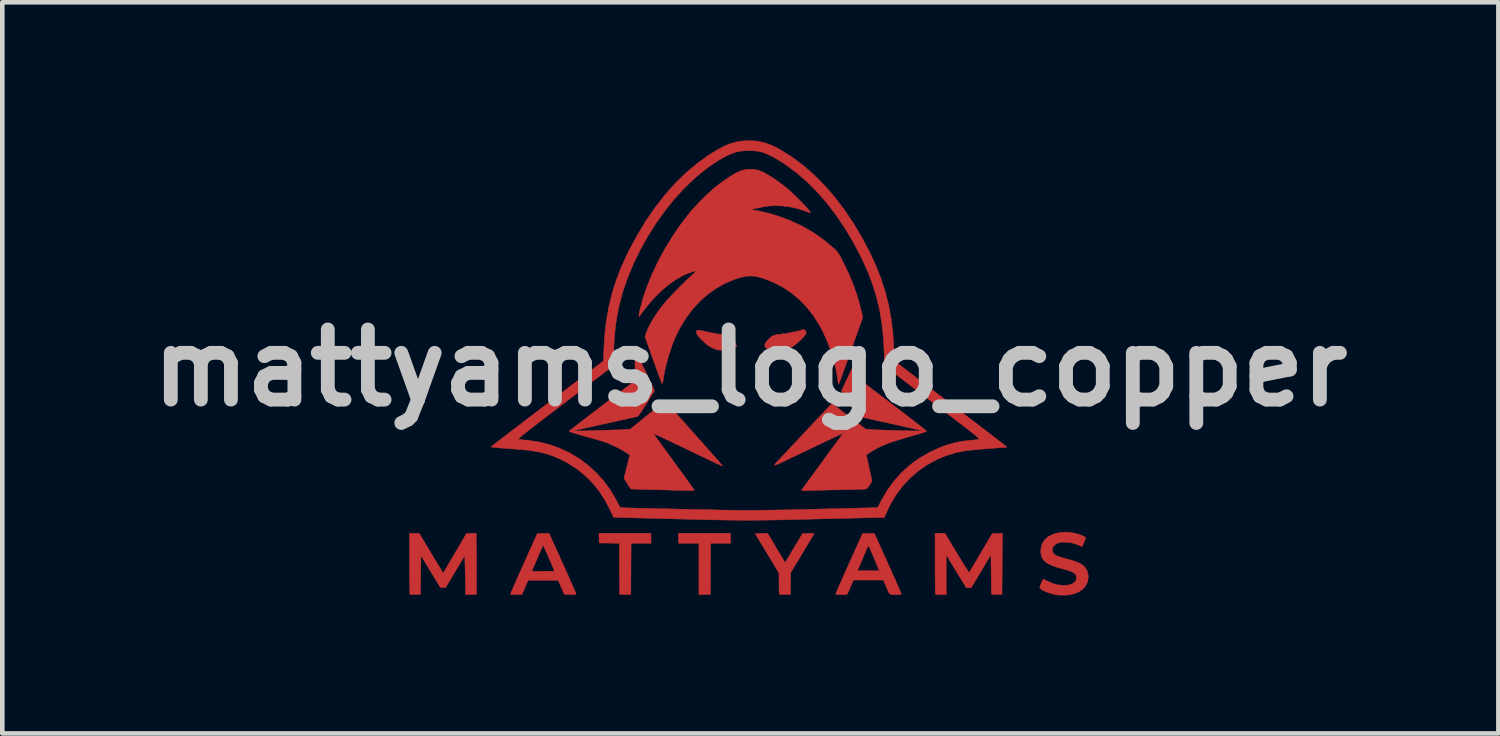
<source format=kicad_pcb>
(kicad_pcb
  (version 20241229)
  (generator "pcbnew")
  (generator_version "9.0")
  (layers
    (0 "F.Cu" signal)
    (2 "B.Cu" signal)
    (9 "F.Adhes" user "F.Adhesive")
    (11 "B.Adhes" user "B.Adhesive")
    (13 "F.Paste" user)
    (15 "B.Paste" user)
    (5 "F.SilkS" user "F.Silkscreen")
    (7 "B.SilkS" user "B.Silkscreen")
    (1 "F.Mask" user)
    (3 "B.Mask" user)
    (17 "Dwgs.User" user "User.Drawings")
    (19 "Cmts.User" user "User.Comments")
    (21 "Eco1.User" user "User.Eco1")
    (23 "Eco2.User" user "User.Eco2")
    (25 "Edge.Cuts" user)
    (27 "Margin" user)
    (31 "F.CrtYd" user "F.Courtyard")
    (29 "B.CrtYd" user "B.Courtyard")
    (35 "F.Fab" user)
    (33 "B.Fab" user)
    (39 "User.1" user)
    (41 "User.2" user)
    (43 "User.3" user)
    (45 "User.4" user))
  (footprint "mattyams_logo_copper"
    (layer "F.Cu")
    (at 13.252 4.942)
    (property "Reference" "mattyams_logo_copper" (at 0 0 0) (layer "Dwgs.User") (effects (font (size 1.524 1.524) (thickness 0.3))))
    (attr through_hole)
    (fp_poly (pts (xy -0.432 3.81) (xy -0.863 3.81) (xy -0.87 4.921) (xy -0.994 4.925) (xy -1.118 4.929) (xy -1.118 3.81) (xy -1.562 3.81) (xy -1.562 3.594) (xy -0.432 3.594) (xy -0.432 3.81)) (stroke (width 0.01) (type solid)) (fill yes) (layer "F.Cu"))
    (fp_poly (pts (xy -2.159 3.81) (xy -2.591 3.81) (xy -2.597 4.921) (xy -2.712 4.925) (xy -2.764 4.926) (xy -2.806 4.924) (xy -2.831 4.921) (xy -2.836 4.92) (xy -2.838 4.905) (xy -2.84 4.868) (xy -2.841 4.811) (xy -2.842 4.737) (xy -2.843 4.647) (xy -2.844 4.546) (xy -2.845 4.435) (xy -2.845 4.361) (xy -2.845 3.811) (xy -3.064 3.807) (xy -3.283 3.804) (xy -3.29 3.594) (xy -2.159 3.594) (xy -2.159 3.81)) (stroke (width 0.01) (type solid)) (fill yes) (layer "F.Cu"))
    (fp_poly (pts (xy 5.471 4.257) (xy 5.467 4.921) (xy 5.239 4.921) (xy 5.232 4.49) (xy 5.226 4.058) (xy 5.012 4.417) (xy 4.798 4.775) (xy 4.69 4.775) (xy 4.472 4.417) (xy 4.255 4.059) (xy 4.255 4.928) (xy 4.142 4.928) (xy 4.091 4.927) (xy 4.05 4.924) (xy 4.026 4.921) (xy 4.022 4.919) (xy 4.02 4.905) (xy 4.019 4.868) (xy 4.017 4.811) (xy 4.016 4.735) (xy 4.015 4.643) (xy 4.014 4.538) (xy 4.013 4.422) (xy 4.013 4.298) (xy 4.013 4.252) (xy 4.013 3.594) (xy 4.228 3.594) (xy 4.487 4.027) (xy 4.561 4.148) (xy 4.622 4.248) (xy 4.671 4.326) (xy 4.709 4.384) (xy 4.736 4.422) (xy 4.752 4.441) (xy 4.758 4.443) (xy 4.767 4.428) (xy 4.787 4.395) (xy 4.817 4.344) (xy 4.855 4.279) (xy 4.9 4.202) (xy 4.951 4.116) (xy 5.006 4.023) (xy 5.012 4.013) (xy 5.255 3.6) (xy 5.364 3.597) (xy 5.474 3.593) (xy 5.471 4.257)) (stroke (width 0.01) (type solid)) (fill yes) (layer "F.Cu"))
    (fp_poly (pts (xy -1.118 -0.817) (xy -1.074 -0.811) (xy -1.021 -0.801) (xy -0.984 -0.792) (xy -0.895 -0.772) (xy -0.805 -0.754) (xy -0.721 -0.74) (xy -0.647 -0.729) (xy -0.59 -0.724) (xy -0.578 -0.724) (xy -0.532 -0.718) (xy -0.485 -0.703) (xy -0.476 -0.7) (xy -0.435 -0.675) (xy -0.394 -0.642) (xy -0.359 -0.607) (xy -0.336 -0.576) (xy -0.33 -0.557) (xy -0.323 -0.528) (xy -0.31 -0.501) (xy -0.297 -0.479) (xy -0.301 -0.467) (xy -0.326 -0.457) (xy -0.329 -0.456) (xy -0.356 -0.442) (xy -0.368 -0.427) (xy -0.368 -0.426) (xy -0.373 -0.412) (xy -0.39 -0.402) (xy -0.421 -0.394) (xy -0.472 -0.389) (xy -0.544 -0.386) (xy -0.552 -0.385) (xy -0.622 -0.384) (xy -0.674 -0.386) (xy -0.715 -0.391) (xy -0.751 -0.402) (xy -0.757 -0.404) (xy -0.858 -0.449) (xy -0.954 -0.514) (xy -1.05 -0.601) (xy -1.067 -0.618) (xy -1.114 -0.67) (xy -1.145 -0.708) (xy -1.163 -0.738) (xy -1.17 -0.764) (xy -1.171 -0.767) (xy -1.172 -0.797) (xy -1.163 -0.811) (xy -1.144 -0.817) (xy -1.118 -0.817)) (stroke (width 0.01) (type solid)) (fill yes) (layer "F.Cu"))
    (fp_poly (pts (xy 0.375 3.595) (xy 0.564 3.913) (xy 0.754 4.231) (xy 0.793 4.167) (xy 0.811 4.138) (xy 0.839 4.091) (xy 0.876 4.03) (xy 0.918 3.96) (xy 0.963 3.884) (xy 0.984 3.849) (xy 1.137 3.595) (xy 1.26 3.595) (xy 1.313 3.595) (xy 1.355 3.597) (xy 1.38 3.599) (xy 1.384 3.601) (xy 1.378 3.613) (xy 1.36 3.644) (xy 1.331 3.692) (xy 1.294 3.755) (xy 1.249 3.83) (xy 1.198 3.915) (xy 1.143 4.007) (xy 1.131 4.027) (xy 0.877 4.446) (xy 0.873 4.684) (xy 0.87 4.921) (xy 0.755 4.925) (xy 0.703 4.926) (xy 0.661 4.924) (xy 0.636 4.921) (xy 0.631 4.92) (xy 0.628 4.905) (xy 0.626 4.868) (xy 0.624 4.815) (xy 0.623 4.75) (xy 0.622 4.684) (xy 0.622 4.458) (xy 0.367 4.036) (xy 0.31 3.942) (xy 0.258 3.855) (xy 0.21 3.777) (xy 0.17 3.71) (xy 0.139 3.658) (xy 0.117 3.622) (xy 0.107 3.605) (xy 0.106 3.604) (xy 0.115 3.6) (xy 0.145 3.597) (xy 0.191 3.595) (xy 0.237 3.594) (xy 0.375 3.595)) (stroke (width 0.01) (type solid)) (fill yes) (layer "F.Cu"))
    (fp_poly (pts (xy -6.936 4.026) (xy -6.879 4.121) (xy -6.826 4.208) (xy -6.779 4.286) (xy -6.739 4.352) (xy -6.707 4.404) (xy -6.685 4.44) (xy -6.675 4.457) (xy -6.674 4.458) (xy -6.667 4.447) (xy -6.649 4.417) (xy -6.62 4.37) (xy -6.583 4.307) (xy -6.539 4.232) (xy -6.489 4.147) (xy -6.435 4.054) (xy -6.418 4.026) (xy -6.166 3.595) (xy -6.062 3.594) (xy -5.957 3.594) (xy -5.954 3.807) (xy -5.953 3.872) (xy -5.952 3.958) (xy -5.951 4.06) (xy -5.95 4.171) (xy -5.95 4.289) (xy -5.95 4.407) (xy -5.95 4.47) (xy -5.95 4.921) (xy -6.067 4.925) (xy -6.185 4.929) (xy -6.187 4.836) (xy -6.187 4.798) (xy -6.189 4.739) (xy -6.19 4.663) (xy -6.192 4.577) (xy -6.194 4.483) (xy -6.196 4.409) (xy -6.204 4.075) (xy -6.413 4.426) (xy -6.623 4.776) (xy -6.679 4.773) (xy -6.736 4.769) (xy -6.946 4.423) (xy -7.156 4.076) (xy -7.163 4.499) (xy -7.169 4.921) (xy -7.278 4.925) (xy -7.328 4.926) (xy -7.368 4.924) (xy -7.392 4.921) (xy -7.395 4.92) (xy -7.397 4.906) (xy -7.399 4.868) (xy -7.4 4.811) (xy -7.401 4.735) (xy -7.402 4.643) (xy -7.403 4.538) (xy -7.404 4.422) (xy -7.404 4.298) (xy -7.404 4.252) (xy -7.404 3.594) (xy -7.194 3.594) (xy -6.936 4.026)) (stroke (width 0.01) (type solid)) (fill yes) (layer "F.Cu"))
    (fp_poly (pts (xy -4.079 4.246) (xy -4.025 4.367) (xy -3.973 4.481) (xy -3.926 4.587) (xy -3.885 4.681) (xy -3.849 4.762) (xy -3.82 4.828) (xy -3.799 4.877) (xy -3.787 4.906) (xy -3.785 4.914) (xy -3.794 4.921) (xy -3.823 4.925) (xy -3.874 4.926) (xy -3.913 4.925) (xy -4.041 4.921) (xy -4.174 4.616) (xy -4.83 4.616) (xy -4.895 4.769) (xy -4.96 4.921) (xy -5.083 4.925) (xy -5.136 4.925) (xy -5.179 4.924) (xy -5.205 4.921) (xy -5.211 4.919) (xy -5.207 4.905) (xy -5.194 4.871) (xy -5.171 4.818) (xy -5.141 4.748) (xy -5.105 4.664) (xy -5.062 4.567) (xy -5.014 4.459) (xy -4.997 4.42) (xy -4.749 4.42) (xy -4.502 4.42) (xy -4.426 4.419) (xy -4.359 4.419) (xy -4.306 4.418) (xy -4.27 4.417) (xy -4.255 4.415) (xy -4.255 4.415) (xy -4.259 4.402) (xy -4.273 4.371) (xy -4.293 4.323) (xy -4.318 4.264) (xy -4.347 4.198) (xy -4.378 4.128) (xy -4.408 4.058) (xy -4.437 3.993) (xy -4.462 3.936) (xy -4.482 3.891) (xy -4.495 3.862) (xy -4.5 3.852) (xy -4.506 3.862) (xy -4.52 3.891) (xy -4.541 3.936) (xy -4.566 3.992) (xy -4.582 4.029) (xy -4.613 4.102) (xy -4.645 4.178) (xy -4.675 4.247) (xy -4.699 4.303) (xy -4.704 4.315) (xy -4.749 4.42) (xy -4.997 4.42) (xy -4.962 4.343) (xy -4.923 4.255) (xy -4.628 3.6) (xy -4.501 3.597) (xy -4.374 3.593) (xy -4.079 4.246)) (stroke (width 0.01) (type solid)) (fill yes) (layer "F.Cu"))
    (fp_poly (pts (xy 2.991 4.255) (xy 3.045 4.375) (xy 3.096 4.489) (xy 3.143 4.594) (xy 3.184 4.688) (xy 3.219 4.769) (xy 3.247 4.834) (xy 3.267 4.882) (xy 3.279 4.911) (xy 3.281 4.918) (xy 3.266 4.922) (xy 3.233 4.925) (xy 3.185 4.927) (xy 3.155 4.928) (xy 3.107 4.928) (xy 3.071 4.926) (xy 3.045 4.919) (xy 3.025 4.904) (xy 3.006 4.877) (xy 2.986 4.835) (xy 2.961 4.775) (xy 2.946 4.74) (xy 2.892 4.61) (xy 2.238 4.61) (xy 2.178 4.753) (xy 2.153 4.81) (xy 2.132 4.859) (xy 2.115 4.894) (xy 2.105 4.912) (xy 2.105 4.912) (xy 2.085 4.921) (xy 2.04 4.926) (xy 1.973 4.928) (xy 1.913 4.927) (xy 1.875 4.923) (xy 1.857 4.917) (xy 1.854 4.912) (xy 1.859 4.897) (xy 1.874 4.862) (xy 1.897 4.808) (xy 1.928 4.737) (xy 1.966 4.652) (xy 2.009 4.554) (xy 2.057 4.446) (xy 2.075 4.407) (xy 2.325 4.407) (xy 2.804 4.407) (xy 2.688 4.134) (xy 2.655 4.057) (xy 2.625 3.988) (xy 2.599 3.931) (xy 2.58 3.889) (xy 2.568 3.865) (xy 2.565 3.861) (xy 2.558 3.872) (xy 2.543 3.902) (xy 2.522 3.948) (xy 2.497 4.004) (xy 2.487 4.029) (xy 2.456 4.101) (xy 2.424 4.175) (xy 2.395 4.244) (xy 2.372 4.298) (xy 2.37 4.302) (xy 2.325 4.407) (xy 2.075 4.407) (xy 2.109 4.33) (xy 2.146 4.248) (xy 2.437 3.6) (xy 2.695 3.6) (xy 2.991 4.255)) (stroke (width 0.01) (type solid)) (fill yes) (layer "F.Cu"))
    (fp_poly (pts (xy 1.158 -0.836) (xy 1.181 -0.823) (xy 1.201 -0.802) (xy 1.204 -0.796) (xy 1.214 -0.767) (xy 1.209 -0.743) (xy 1.199 -0.726) (xy 1.166 -0.684) (xy 1.119 -0.633) (xy 1.064 -0.58) (xy 1.005 -0.529) (xy 0.95 -0.485) (xy 0.904 -0.455) (xy 0.895 -0.45) (xy 0.856 -0.43) (xy 0.827 -0.413) (xy 0.815 -0.404) (xy 0.802 -0.4) (xy 0.793 -0.402) (xy 0.777 -0.402) (xy 0.775 -0.396) (xy 0.765 -0.389) (xy 0.749 -0.39) (xy 0.729 -0.391) (xy 0.724 -0.386) (xy 0.712 -0.381) (xy 0.68 -0.377) (xy 0.634 -0.375) (xy 0.603 -0.375) (xy 0.551 -0.376) (xy 0.511 -0.379) (xy 0.487 -0.383) (xy 0.483 -0.386) (xy 0.472 -0.391) (xy 0.45 -0.388) (xy 0.428 -0.386) (xy 0.424 -0.392) (xy 0.418 -0.402) (xy 0.394 -0.41) (xy 0.389 -0.412) (xy 0.348 -0.425) (xy 0.325 -0.45) (xy 0.314 -0.482) (xy 0.317 -0.513) (xy 0.338 -0.553) (xy 0.371 -0.597) (xy 0.412 -0.639) (xy 0.456 -0.676) (xy 0.498 -0.701) (xy 0.535 -0.711) (xy 0.536 -0.711) (xy 0.555 -0.717) (xy 0.559 -0.723) (xy 0.57 -0.728) (xy 0.6 -0.73) (xy 0.632 -0.728) (xy 0.672 -0.726) (xy 0.69 -0.728) (xy 0.687 -0.735) (xy 0.686 -0.735) (xy 0.681 -0.743) (xy 0.696 -0.744) (xy 0.729 -0.741) (xy 0.767 -0.738) (xy 0.783 -0.741) (xy 0.783 -0.747) (xy 0.786 -0.755) (xy 0.811 -0.755) (xy 0.822 -0.754) (xy 0.851 -0.751) (xy 0.858 -0.755) (xy 0.851 -0.761) (xy 0.844 -0.769) (xy 0.857 -0.769) (xy 0.875 -0.766) (xy 0.904 -0.763) (xy 0.911 -0.769) (xy 0.909 -0.773) (xy 0.911 -0.781) (xy 0.933 -0.78) (xy 0.941 -0.779) (xy 0.968 -0.776) (xy 0.974 -0.782) (xy 0.972 -0.786) (xy 0.972 -0.796) (xy 0.992 -0.794) (xy 0.996 -0.793) (xy 1.021 -0.791) (xy 1.029 -0.798) (xy 1.039 -0.805) (xy 1.054 -0.804) (xy 1.074 -0.804) (xy 1.079 -0.81) (xy 1.09 -0.818) (xy 1.105 -0.816) (xy 1.126 -0.817) (xy 1.13 -0.825) (xy 1.138 -0.837) (xy 1.158 -0.836)) (stroke (width 0.01) (type solid)) (fill yes) (layer "F.Cu"))
    (fp_poly (pts (xy 6.923 3.573) (xy 7.007 3.586) (xy 7.091 3.604) (xy 7.167 3.628) (xy 7.23 3.654) (xy 7.253 3.667) (xy 7.287 3.689) (xy 7.249 3.785) (xy 7.231 3.829) (xy 7.217 3.863) (xy 7.209 3.882) (xy 7.208 3.883) (xy 7.196 3.88) (xy 7.168 3.868) (xy 7.139 3.854) (xy 7.051 3.82) (xy 6.955 3.797) (xy 6.857 3.786) (xy 6.766 3.787) (xy 6.702 3.798) (xy 6.651 3.82) (xy 6.606 3.855) (xy 6.573 3.895) (xy 6.561 3.925) (xy 6.562 3.98) (xy 6.586 4.03) (xy 6.629 4.07) (xy 6.641 4.076) (xy 6.673 4.09) (xy 6.723 4.107) (xy 6.785 4.126) (xy 6.851 4.145) (xy 6.855 4.146) (xy 6.959 4.174) (xy 7.041 4.2) (xy 7.106 4.224) (xy 7.158 4.247) (xy 7.199 4.271) (xy 7.211 4.279) (xy 7.275 4.34) (xy 7.317 4.411) (xy 7.338 4.496) (xy 7.341 4.541) (xy 7.329 4.634) (xy 7.296 4.716) (xy 7.243 4.787) (xy 7.171 4.845) (xy 7.083 4.891) (xy 6.979 4.922) (xy 6.863 4.937) (xy 6.735 4.937) (xy 6.646 4.928) (xy 6.577 4.914) (xy 6.507 4.894) (xy 6.44 4.871) (xy 6.38 4.845) (xy 6.331 4.818) (xy 6.299 4.793) (xy 6.287 4.771) (xy 6.287 4.771) (xy 6.291 4.751) (xy 6.305 4.716) (xy 6.323 4.673) (xy 6.324 4.67) (xy 6.362 4.588) (xy 6.469 4.641) (xy 6.571 4.686) (xy 6.668 4.712) (xy 6.771 4.724) (xy 6.812 4.724) (xy 6.897 4.72) (xy 6.962 4.706) (xy 7.013 4.681) (xy 7.045 4.655) (xy 7.073 4.62) (xy 7.085 4.587) (xy 7.087 4.562) (xy 7.082 4.522) (xy 7.066 4.487) (xy 7.035 4.458) (xy 6.989 4.431) (xy 6.923 4.406) (xy 6.835 4.38) (xy 6.792 4.369) (xy 6.663 4.333) (xy 6.557 4.296) (xy 6.472 4.257) (xy 6.408 4.213) (xy 6.361 4.164) (xy 6.33 4.108) (xy 6.313 4.042) (xy 6.309 3.978) (xy 6.32 3.882) (xy 6.353 3.796) (xy 6.406 3.723) (xy 6.479 3.663) (xy 6.57 3.616) (xy 6.677 3.585) (xy 6.799 3.57) (xy 6.846 3.569) (xy 6.923 3.573)) (stroke (width 0.01) (type solid)) (fill yes) (layer "F.Cu"))
    (fp_poly (pts (xy 2.404 -0.369) (xy 2.405 -0.335) (xy 2.405 -0.282) (xy 2.405 -0.214) (xy 2.404 -0.133) (xy 2.403 -0.054) (xy 2.397 0.273) (xy 3.115 0.819) (xy 3.234 0.909) (xy 3.346 0.995) (xy 3.451 1.076) (xy 3.546 1.15) (xy 3.63 1.215) (xy 3.702 1.271) (xy 3.759 1.317) (xy 3.801 1.351) (xy 3.825 1.372) (xy 3.83 1.378) (xy 3.818 1.385) (xy 3.784 1.397) (xy 3.733 1.414) (xy 3.668 1.434) (xy 3.593 1.455) (xy 3.561 1.464) (xy 3.396 1.511) (xy 3.253 1.554) (xy 3.128 1.593) (xy 3.02 1.63) (xy 2.924 1.667) (xy 2.838 1.704) (xy 2.76 1.742) (xy 2.686 1.784) (xy 2.613 1.828) (xy 2.604 1.834) (xy 2.518 1.89) (xy 2.644 2.458) (xy 2.591 2.543) (xy 2.563 2.586) (xy 2.542 2.612) (xy 2.523 2.626) (xy 2.499 2.632) (xy 2.485 2.634) (xy 2.459 2.636) (xy 2.412 2.638) (xy 2.346 2.64) (xy 2.266 2.642) (xy 2.174 2.645) (xy 2.075 2.647) (xy 2.026 2.648) (xy 1.91 2.65) (xy 1.789 2.652) (xy 1.667 2.655) (xy 1.552 2.658) (xy 1.449 2.66) (xy 1.365 2.663) (xy 1.359 2.663) (xy 1.271 2.665) (xy 1.205 2.667) (xy 1.159 2.667) (xy 1.13 2.665) (xy 1.115 2.662) (xy 1.111 2.657) (xy 1.113 2.653) (xy 1.123 2.639) (xy 1.147 2.607) (xy 1.182 2.559) (xy 1.228 2.497) (xy 1.281 2.424) (xy 1.342 2.341) (xy 1.407 2.252) (xy 1.477 2.157) (xy 1.548 2.06) (xy 1.619 1.963) (xy 1.689 1.867) (xy 1.756 1.775) (xy 1.819 1.689) (xy 1.876 1.612) (xy 1.925 1.545) (xy 1.964 1.49) (xy 1.993 1.451) (xy 2.009 1.429) (xy 2.012 1.424) (xy 2.002 1.427) (xy 1.972 1.44) (xy 1.923 1.462) (xy 1.858 1.492) (xy 1.778 1.529) (xy 1.686 1.573) (xy 1.584 1.621) (xy 1.474 1.674) (xy 1.451 1.685) (xy 1.332 1.742) (xy 1.214 1.799) (xy 1.1 1.853) (xy 0.993 1.904) (xy 0.897 1.95) (xy 0.815 1.99) (xy 0.75 2.021) (xy 0.708 2.041) (xy 0.647 2.07) (xy 0.594 2.093) (xy 0.553 2.109) (xy 0.529 2.116) (xy 0.525 2.116) (xy 0.528 2.103) (xy 0.545 2.079) (xy 0.567 2.054) (xy 0.585 2.035) (xy 0.619 2) (xy 0.666 1.949) (xy 0.726 1.885) (xy 0.797 1.81) (xy 0.876 1.726) (xy 0.963 1.634) (xy 1.055 1.535) (xy 1.149 1.435) (xy 1.245 1.333) (xy 1.337 1.235) (xy 1.423 1.143) (xy 1.502 1.06) (xy 1.572 0.985) (xy 1.631 0.923) (xy 1.677 0.873) (xy 1.71 0.839) (xy 1.727 0.821) (xy 1.774 0.773) (xy 2.14 1.052) (xy 2.507 1.332) (xy 2.596 1.339) (xy 2.633 1.341) (xy 2.69 1.344) (xy 2.762 1.346) (xy 2.847 1.35) (xy 2.942 1.353) (xy 3.044 1.356) (xy 3.149 1.359) (xy 3.254 1.362) (xy 3.356 1.364) (xy 3.452 1.367) (xy 3.539 1.369) (xy 3.614 1.37) (xy 3.673 1.371) (xy 3.714 1.371) (xy 3.732 1.37) (xy 3.733 1.37) (xy 3.724 1.366) (xy 3.692 1.358) (xy 3.639 1.345) (xy 3.569 1.328) (xy 3.482 1.308) (xy 3.381 1.285) (xy 3.267 1.259) (xy 3.144 1.231) (xy 3.038 1.208) (xy 2.328 1.051) (xy 2.155 0.773) (xy 1.982 0.494) (xy 2.188 0.057) (xy 2.234 -0.041) (xy 2.277 -0.131) (xy 2.316 -0.211) (xy 2.349 -0.279) (xy 2.375 -0.331) (xy 2.393 -0.366) (xy 2.401 -0.38) (xy 2.402 -0.381) (xy 2.404 -0.369)) (stroke (width 0.01) (type solid)) (fill yes) (layer "F.Cu"))
    (fp_poly (pts (xy -2.491 -0.353) (xy -2.474 -0.321) (xy -2.448 -0.271) (xy -2.416 -0.205) (xy -2.377 -0.126) (xy -2.335 -0.038) (xy -2.289 0.058) (xy -2.285 0.066) (xy -2.083 0.493) (xy -2.254 0.77) (xy -2.302 0.846) (xy -2.346 0.914) (xy -2.385 0.972) (xy -2.416 1.017) (xy -2.438 1.045) (xy -2.448 1.055) (xy -2.464 1.059) (xy -2.503 1.068) (xy -2.562 1.081) (xy -2.639 1.098) (xy -2.731 1.119) (xy -2.836 1.142) (xy -2.953 1.168) (xy -3.077 1.196) (xy -3.159 1.213) (xy -3.287 1.241) (xy -3.407 1.268) (xy -3.516 1.293) (xy -3.614 1.315) (xy -3.697 1.334) (xy -3.763 1.349) (xy -3.811 1.361) (xy -3.837 1.368) (xy -3.842 1.37) (xy -3.828 1.37) (xy -3.792 1.371) (xy -3.738 1.37) (xy -3.667 1.369) (xy -3.583 1.367) (xy -3.489 1.365) (xy -3.389 1.362) (xy -3.284 1.359) (xy -3.18 1.356) (xy -3.078 1.353) (xy -2.981 1.35) (xy -2.894 1.347) (xy -2.818 1.344) (xy -2.757 1.341) (xy -2.715 1.339) (xy -2.711 1.339) (xy -2.61 1.332) (xy -2.235 1.028) (xy -2.151 0.96) (xy -2.073 0.898) (xy -2.004 0.843) (xy -1.945 0.796) (xy -1.898 0.761) (xy -1.867 0.737) (xy -1.853 0.728) (xy -1.852 0.728) (xy -1.842 0.737) (xy -1.817 0.764) (xy -1.778 0.807) (xy -1.728 0.863) (xy -1.667 0.93) (xy -1.597 1.008) (xy -1.52 1.093) (xy -1.438 1.185) (xy -1.352 1.282) (xy -1.264 1.381) (xy -1.175 1.48) (xy -1.087 1.579) (xy -1.002 1.675) (xy -0.921 1.766) (xy -0.846 1.851) (xy -0.778 1.928) (xy -0.72 1.994) (xy -0.672 2.049) (xy -0.637 2.09) (xy -0.616 2.115) (xy -0.61 2.123) (xy -0.61 2.126) (xy -0.612 2.127) (xy -0.617 2.127) (xy -0.628 2.124) (xy -0.645 2.117) (xy -0.67 2.106) (xy -0.705 2.09) (xy -0.751 2.069) (xy -0.81 2.041) (xy -0.884 2.006) (xy -0.974 1.963) (xy -1.082 1.911) (xy -1.209 1.85) (xy -1.357 1.779) (xy -1.383 1.766) (xy -1.509 1.706) (xy -1.628 1.649) (xy -1.738 1.597) (xy -1.837 1.55) (xy -1.924 1.509) (xy -1.996 1.475) (xy -2.051 1.45) (xy -2.088 1.433) (xy -2.104 1.427) (xy -2.104 1.427) (xy -2.098 1.438) (xy -2.077 1.467) (xy -2.045 1.513) (xy -2.001 1.575) (xy -1.947 1.649) (xy -1.885 1.735) (xy -1.815 1.831) (xy -1.739 1.935) (xy -1.664 2.038) (xy -1.584 2.148) (xy -1.508 2.251) (xy -1.438 2.347) (xy -1.376 2.433) (xy -1.322 2.508) (xy -1.278 2.57) (xy -1.246 2.616) (xy -1.226 2.645) (xy -1.219 2.656) (xy -1.221 2.659) (xy -1.228 2.661) (xy -1.241 2.663) (xy -1.262 2.664) (xy -1.294 2.664) (xy -1.338 2.664) (xy -1.395 2.664) (xy -1.468 2.662) (xy -1.558 2.66) (xy -1.667 2.658) (xy -1.797 2.654) (xy -1.95 2.65) (xy -2.045 2.648) (xy -2.16 2.645) (xy -2.268 2.642) (xy -2.365 2.639) (xy -2.448 2.636) (xy -2.516 2.634) (xy -2.565 2.632) (xy -2.593 2.631) (xy -2.599 2.631) (xy -2.606 2.62) (xy -2.623 2.592) (xy -2.649 2.552) (xy -2.673 2.514) (xy -2.746 2.399) (xy -2.682 2.145) (xy -2.619 1.89) (xy -2.703 1.836) (xy -2.79 1.784) (xy -2.89 1.73) (xy -2.995 1.68) (xy -3.095 1.636) (xy -3.15 1.616) (xy -3.194 1.601) (xy -3.258 1.581) (xy -3.336 1.558) (xy -3.422 1.534) (xy -3.511 1.509) (xy -3.543 1.5) (xy -3.658 1.468) (xy -3.75 1.442) (xy -3.821 1.421) (xy -3.874 1.404) (xy -3.909 1.391) (xy -3.929 1.382) (xy -3.936 1.374) (xy -3.936 1.374) (xy -3.926 1.365) (xy -3.898 1.342) (xy -3.852 1.306) (xy -3.791 1.259) (xy -3.716 1.201) (xy -3.629 1.134) (xy -3.532 1.059) (xy -3.425 0.978) (xy -3.311 0.891) (xy -3.217 0.819) (xy -2.498 0.273) (xy -2.505 -0.048) (xy -2.506 -0.148) (xy -2.507 -0.231) (xy -2.506 -0.297) (xy -2.504 -0.341) (xy -2.501 -0.363) (xy -2.499 -0.365) (xy -2.491 -0.353)) (stroke (width 0.01) (type solid)) (fill yes) (layer "F.Cu"))
    (fp_poly (pts (xy 0.171 -4.294) (xy 0.291 -4.247) (xy 0.317 -4.233) (xy 0.415 -4.175) (xy 0.522 -4.105) (xy 0.633 -4.027) (xy 0.739 -3.947) (xy 0.749 -3.939) (xy 0.803 -3.894) (xy 0.863 -3.841) (xy 0.927 -3.782) (xy 0.993 -3.719) (xy 1.059 -3.654) (xy 1.122 -3.59) (xy 1.179 -3.53) (xy 1.229 -3.476) (xy 1.268 -3.431) (xy 1.294 -3.396) (xy 1.306 -3.375) (xy 1.305 -3.371) (xy 1.291 -3.372) (xy 1.26 -3.382) (xy 1.216 -3.397) (xy 1.199 -3.404) (xy 1.04 -3.457) (xy 0.869 -3.496) (xy 0.694 -3.518) (xy 0.524 -3.524) (xy 0.425 -3.518) (xy 0.372 -3.512) (xy 0.309 -3.502) (xy 0.242 -3.49) (xy 0.176 -3.477) (xy 0.117 -3.464) (xy 0.069 -3.452) (xy 0.038 -3.442) (xy 0.029 -3.437) (xy 0.038 -3.433) (xy 0.065 -3.428) (xy 0.092 -3.424) (xy 0.167 -3.411) (xy 0.259 -3.392) (xy 0.361 -3.367) (xy 0.467 -3.339) (xy 0.569 -3.308) (xy 0.597 -3.299) (xy 0.872 -3.197) (xy 1.133 -3.075) (xy 1.379 -2.932) (xy 1.609 -2.769) (xy 1.823 -2.588) (xy 1.854 -2.559) (xy 1.879 -2.532) (xy 1.901 -2.504) (xy 1.923 -2.471) (xy 1.948 -2.429) (xy 1.977 -2.374) (xy 2.014 -2.302) (xy 2.035 -2.259) (xy 2.142 -2.033) (xy 2.232 -1.818) (xy 2.307 -1.608) (xy 2.37 -1.397) (xy 2.42 -1.192) (xy 2.441 -1.094) (xy 2.183 -0.369) (xy 2.137 -0.24) (xy 2.094 -0.118) (xy 2.053 -0.006) (xy 2.017 0.095) (xy 1.985 0.183) (xy 1.958 0.255) (xy 1.938 0.309) (xy 1.924 0.343) (xy 1.918 0.356) (xy 1.918 0.356) (xy 1.913 0.344) (xy 1.907 0.312) (xy 1.899 0.266) (xy 1.895 0.233) (xy 1.861 0.033) (xy 1.81 -0.175) (xy 1.743 -0.387) (xy 1.663 -0.595) (xy 1.573 -0.793) (xy 1.506 -0.918) (xy 1.376 -1.126) (xy 1.229 -1.314) (xy 1.067 -1.481) (xy 0.891 -1.629) (xy 0.7 -1.756) (xy 0.495 -1.861) (xy 0.276 -1.946) (xy 0.267 -1.949) (xy 0.161 -1.978) (xy 0.064 -1.994) (xy -0.031 -1.996) (xy -0.129 -1.984) (xy -0.237 -1.958) (xy -0.347 -1.922) (xy -0.552 -1.835) (xy -0.746 -1.726) (xy -0.929 -1.595) (xy -1.1 -1.443) (xy -1.257 -1.272) (xy -1.399 -1.082) (xy -1.526 -0.875) (xy -1.628 -0.67) (xy -1.698 -0.498) (xy -1.762 -0.31) (xy -1.818 -0.113) (xy -1.864 0.083) (xy -1.897 0.27) (xy -1.898 0.283) (xy -1.905 0.318) (xy -1.913 0.339) (xy -1.917 0.343) (xy -1.923 0.331) (xy -1.936 0.298) (xy -1.957 0.246) (xy -1.982 0.177) (xy -2.013 0.094) (xy -2.047 -0.000152) (xy -2.085 -0.104) (xy -2.108 -0.168) (xy -2.289 -0.679) (xy -2.267 -0.749) (xy -2.232 -0.838) (xy -2.182 -0.941) (xy -2.117 -1.054) (xy -2.041 -1.172) (xy -1.955 -1.292) (xy -1.884 -1.384) (xy -1.838 -1.439) (xy -1.777 -1.506) (xy -1.706 -1.583) (xy -1.627 -1.665) (xy -1.546 -1.748) (xy -1.465 -1.829) (xy -1.389 -1.903) (xy -1.321 -1.966) (xy -1.283 -2.001) (xy -1.239 -2.04) (xy -1.204 -2.073) (xy -1.181 -2.096) (xy -1.174 -2.106) (xy -1.174 -2.106) (xy -1.19 -2.106) (xy -1.224 -2.098) (xy -1.271 -2.083) (xy -1.325 -2.064) (xy -1.382 -2.043) (xy -1.435 -2.02) (xy -1.466 -2.005) (xy -1.626 -1.914) (xy -1.787 -1.799) (xy -1.945 -1.664) (xy -2.097 -1.51) (xy -2.122 -1.484) (xy -2.172 -1.426) (xy -2.224 -1.364) (xy -2.276 -1.3) (xy -2.324 -1.239) (xy -2.363 -1.187) (xy -2.391 -1.147) (xy -2.399 -1.134) (xy -2.412 -1.115) (xy -2.419 -1.12) (xy -2.419 -1.146) (xy -2.413 -1.193) (xy -2.4 -1.258) (xy -2.395 -1.279) (xy -2.326 -1.532) (xy -2.235 -1.793) (xy -2.126 -2.058) (xy -1.998 -2.325) (xy -1.854 -2.59) (xy -1.695 -2.85) (xy -1.523 -3.102) (xy -1.34 -3.342) (xy -1.313 -3.375) (xy -1.244 -3.456) (xy -1.161 -3.546) (xy -1.071 -3.639) (xy -0.978 -3.731) (xy -0.887 -3.817) (xy -0.804 -3.891) (xy -0.758 -3.929) (xy -0.659 -4.005) (xy -0.552 -4.082) (xy -0.446 -4.153) (xy -0.348 -4.214) (xy -0.313 -4.234) (xy -0.195 -4.286) (xy -0.074 -4.314) (xy 0.049 -4.316) (xy 0.171 -4.294)) (stroke (width 0.01) (type solid)) (fill yes) (layer "F.Cu"))
    (fp_poly (pts (xy 0.16 -4.924) (xy 0.317 -4.888) (xy 0.473 -4.831) (xy 0.634 -4.75) (xy 0.639 -4.746) (xy 0.899 -4.584) (xy 1.149 -4.397) (xy 1.389 -4.188) (xy 1.62 -3.955) (xy 1.84 -3.7) (xy 2.051 -3.421) (xy 2.252 -3.121) (xy 2.442 -2.797) (xy 2.594 -2.508) (xy 2.727 -2.221) (xy 2.84 -1.935) (xy 2.932 -1.647) (xy 3.006 -1.353) (xy 3.061 -1.05) (xy 3.098 -0.734) (xy 3.119 -0.402) (xy 3.12 -0.389) (xy 3.128 -0.151) (xy 4.345 0.776) (xy 4.5 0.894) (xy 4.65 1.008) (xy 4.792 1.117) (xy 4.927 1.22) (xy 5.052 1.316) (xy 5.167 1.404) (xy 5.27 1.483) (xy 5.36 1.552) (xy 5.435 1.61) (xy 5.495 1.656) (xy 5.538 1.69) (xy 5.563 1.71) (xy 5.569 1.715) (xy 5.566 1.725) (xy 5.557 1.727) (xy 5.524 1.728) (xy 5.471 1.731) (xy 5.4 1.736) (xy 5.317 1.743) (xy 5.225 1.75) (xy 5.128 1.758) (xy 5.031 1.766) (xy 4.938 1.774) (xy 4.852 1.782) (xy 4.779 1.789) (xy 4.722 1.795) (xy 4.693 1.798) (xy 4.466 1.842) (xy 4.246 1.909) (xy 4.036 1.998) (xy 3.836 2.109) (xy 3.649 2.239) (xy 3.476 2.388) (xy 3.319 2.554) (xy 3.179 2.737) (xy 3.058 2.934) (xy 3.01 3.029) (xy 2.983 3.086) (xy 2.958 3.14) (xy 2.938 3.183) (xy 2.929 3.204) (xy 2.91 3.251) (xy 2.823 3.251) (xy 2.799 3.252) (xy 2.75 3.253) (xy 2.68 3.254) (xy 2.591 3.256) (xy 2.483 3.258) (xy 2.359 3.261) (xy 2.221 3.265) (xy 2.07 3.268) (xy 1.908 3.272) (xy 1.738 3.276) (xy 1.561 3.28) (xy 1.454 3.283) (xy 1.223 3.289) (xy 1.015 3.294) (xy 0.827 3.298) (xy 0.656 3.302) (xy 0.5 3.305) (xy 0.355 3.307) (xy 0.22 3.309) (xy 0.091 3.31) (xy -0.035 3.311) (xy -0.16 3.31) (xy -0.286 3.31) (xy -0.417 3.308) (xy -0.555 3.306) (xy -0.704 3.303) (xy -0.865 3.3) (xy -1.041 3.296) (xy -1.236 3.291) (xy -1.451 3.286) (xy -1.6 3.282) (xy -1.772 3.278) (xy -1.939 3.273) (xy -2.099 3.269) (xy -2.249 3.265) (xy -2.387 3.262) (xy -2.513 3.259) (xy -2.623 3.256) (xy -2.715 3.253) (xy -2.788 3.251) (xy -2.84 3.25) (xy -2.868 3.249) (xy -2.868 3.249) (xy -2.974 3.245) (xy -3.04 3.099) (xy -3.152 2.882) (xy -3.282 2.682) (xy -3.43 2.499) (xy -3.596 2.335) (xy -3.777 2.189) (xy -3.975 2.063) (xy -4.097 1.999) (xy -4.209 1.948) (xy -4.319 1.904) (xy -4.429 1.868) (xy -4.546 1.838) (xy -4.671 1.814) (xy -4.811 1.793) (xy -4.969 1.776) (xy -5.099 1.766) (xy -5.195 1.758) (xy -5.288 1.751) (xy -5.374 1.745) (xy -5.449 1.739) (xy -5.506 1.734) (xy -5.534 1.732) (xy -5.581 1.727) (xy -5.615 1.721) (xy -5.631 1.715) (xy -5.632 1.713) (xy -5.621 1.705) (xy -5.591 1.681) (xy -5.544 1.644) (xy -5.48 1.595) (xy -5.415 1.545) (xy -5.036 1.545) (xy -5.035 1.55) (xy -5.031 1.552) (xy -5.006 1.556) (xy -4.961 1.562) (xy -4.904 1.568) (xy -4.84 1.574) (xy -4.839 1.574) (xy -4.6 1.608) (xy -4.367 1.665) (xy -4.14 1.747) (xy -3.922 1.85) (xy -3.714 1.975) (xy -3.52 2.121) (xy -3.353 2.273) (xy -3.192 2.45) (xy -3.05 2.642) (xy -2.925 2.852) (xy -2.89 2.919) (xy -2.865 2.967) (xy -2.843 3.006) (xy -2.828 3.031) (xy -2.822 3.036) (xy -2.801 3.038) (xy -2.756 3.039) (xy -2.69 3.041) (xy -2.605 3.044) (xy -2.502 3.047) (xy -2.385 3.05) (xy -2.255 3.053) (xy -2.114 3.056) (xy -1.964 3.06) (xy -1.808 3.063) (xy -1.647 3.067) (xy -1.484 3.071) (xy -1.321 3.074) (xy -1.159 3.078) (xy -1.001 3.081) (xy -0.849 3.084) (xy -0.705 3.087) (xy -0.572 3.09) (xy -0.45 3.092) (xy -0.343 3.094) (xy -0.252 3.095) (xy -0.179 3.096) (xy -0.127 3.097) (xy -0.127 3.097) (xy -0.051 3.097) (xy 0.048 3.096) (xy 0.167 3.094) (xy 0.304 3.092) (xy 0.455 3.09) (xy 0.619 3.087) (xy 0.792 3.084) (xy 0.973 3.08) (xy 1.158 3.076) (xy 1.345 3.072) (xy 1.53 3.067) (xy 1.705 3.063) (xy 1.872 3.059) (xy 2.03 3.055) (xy 2.178 3.051) (xy 2.313 3.048) (xy 2.433 3.044) (xy 2.538 3.042) (xy 2.625 3.04) (xy 2.692 3.038) (xy 2.739 3.037) (xy 2.762 3.036) (xy 2.765 3.036) (xy 2.771 3.025) (xy 2.787 2.996) (xy 2.81 2.952) (xy 2.838 2.897) (xy 2.851 2.873) (xy 2.976 2.658) (xy 3.12 2.46) (xy 3.282 2.279) (xy 3.462 2.115) (xy 3.66 1.971) (xy 3.874 1.845) (xy 3.918 1.823) (xy 4.1 1.739) (xy 4.273 1.674) (xy 4.445 1.626) (xy 4.621 1.592) (xy 4.776 1.574) (xy 4.84 1.568) (xy 4.897 1.562) (xy 4.942 1.556) (xy 4.967 1.552) (xy 4.968 1.552) (xy 4.972 1.549) (xy 4.972 1.544) (xy 4.966 1.536) (xy 4.954 1.523) (xy 4.935 1.505) (xy 4.908 1.481) (xy 4.87 1.451) (xy 4.822 1.412) (xy 4.763 1.365) (xy 4.69 1.308) (xy 4.603 1.242) (xy 4.502 1.164) (xy 4.384 1.073) (xy 4.249 0.97) (xy 4.096 0.854) (xy 3.958 0.749) (xy 2.915 -0.046) (xy 2.907 -0.337) (xy 2.89 -0.658) (xy 2.858 -0.961) (xy 2.809 -1.252) (xy 2.743 -1.532) (xy 2.659 -1.807) (xy 2.555 -2.081) (xy 2.432 -2.355) (xy 2.419 -2.381) (xy 2.25 -2.706) (xy 2.069 -3.012) (xy 1.877 -3.299) (xy 1.675 -3.565) (xy 1.463 -3.809) (xy 1.242 -4.032) (xy 1.013 -4.232) (xy 0.776 -4.408) (xy 0.719 -4.447) (xy 0.579 -4.534) (xy 0.455 -4.603) (xy 0.343 -4.655) (xy 0.247 -4.689) (xy 0.159 -4.707) (xy 0.055 -4.718) (xy -0.055 -4.72) (xy -0.163 -4.714) (xy -0.261 -4.701) (xy -0.308 -4.689) (xy -0.433 -4.645) (xy -0.568 -4.58) (xy -0.712 -4.496) (xy -0.862 -4.396) (xy -1.016 -4.281) (xy -1.171 -4.153) (xy -1.325 -4.012) (xy -1.455 -3.884) (xy -1.662 -3.655) (xy -1.861 -3.407) (xy -2.05 -3.142) (xy -2.225 -2.865) (xy -2.385 -2.579) (xy -2.528 -2.288) (xy -2.652 -1.996) (xy -2.755 -1.705) (xy -2.793 -1.578) (xy -2.845 -1.377) (xy -2.887 -1.179) (xy -2.92 -0.979) (xy -2.945 -0.77) (xy -2.961 -0.548) (xy -2.971 -0.325) (xy -2.978 -0.047) (xy -4.022 0.748) (xy -4.191 0.877) (xy -4.34 0.991) (xy -4.472 1.091) (xy -4.586 1.179) (xy -4.685 1.255) (xy -4.768 1.32) (xy -4.839 1.374) (xy -4.896 1.42) (xy -4.942 1.456) (xy -4.977 1.486) (xy -5.003 1.509) (xy -5.021 1.525) (xy -5.032 1.537) (xy -5.036 1.545) (xy -5.415 1.545) (xy -5.401 1.534) (xy -5.307 1.463) (xy -5.202 1.381) (xy -5.084 1.292) (xy -4.956 1.194) (xy -4.819 1.09) (xy -4.675 0.979) (xy -4.524 0.864) (xy -4.408 0.776) (xy -3.192 -0.15) (xy -3.183 -0.393) (xy -3.163 -0.721) (xy -3.127 -1.032) (xy -3.074 -1.33) (xy -3.004 -1.619) (xy -2.914 -1.903) (xy -2.805 -2.185) (xy -2.676 -2.47) (xy -2.641 -2.54) (xy -2.46 -2.877) (xy -2.269 -3.193) (xy -2.067 -3.486) (xy -1.855 -3.758) (xy -1.633 -4.008) (xy -1.402 -4.234) (xy -1.161 -4.438) (xy -0.911 -4.618) (xy -0.703 -4.746) (xy -0.563 -4.819) (xy -0.43 -4.873) (xy -0.299 -4.909) (xy -0.166 -4.93) (xy 0.00045 -4.937) (xy 0.16 -4.924)) (stroke (width 0.01) (type solid)) (fill yes) (layer "F.Cu"))
    (fp_poly (pts (xy 0.625 -0.364) (xy 0.627 -0.359) (xy 0.61 -0.358) (xy 0.592 -0.36) (xy 0.594 -0.364) (xy 0.62 -0.366) (xy 0.625 -0.364)) (stroke (width 0.01) (type solid)) (fill yes) (layer "F.SilkS")))
  (gr_rect
    (start -3 -3)
    (end 29.503 12.884)
    (stroke (width 0.1) (type default))
    (fill no)
    (layer "Edge.Cuts")))
</source>
